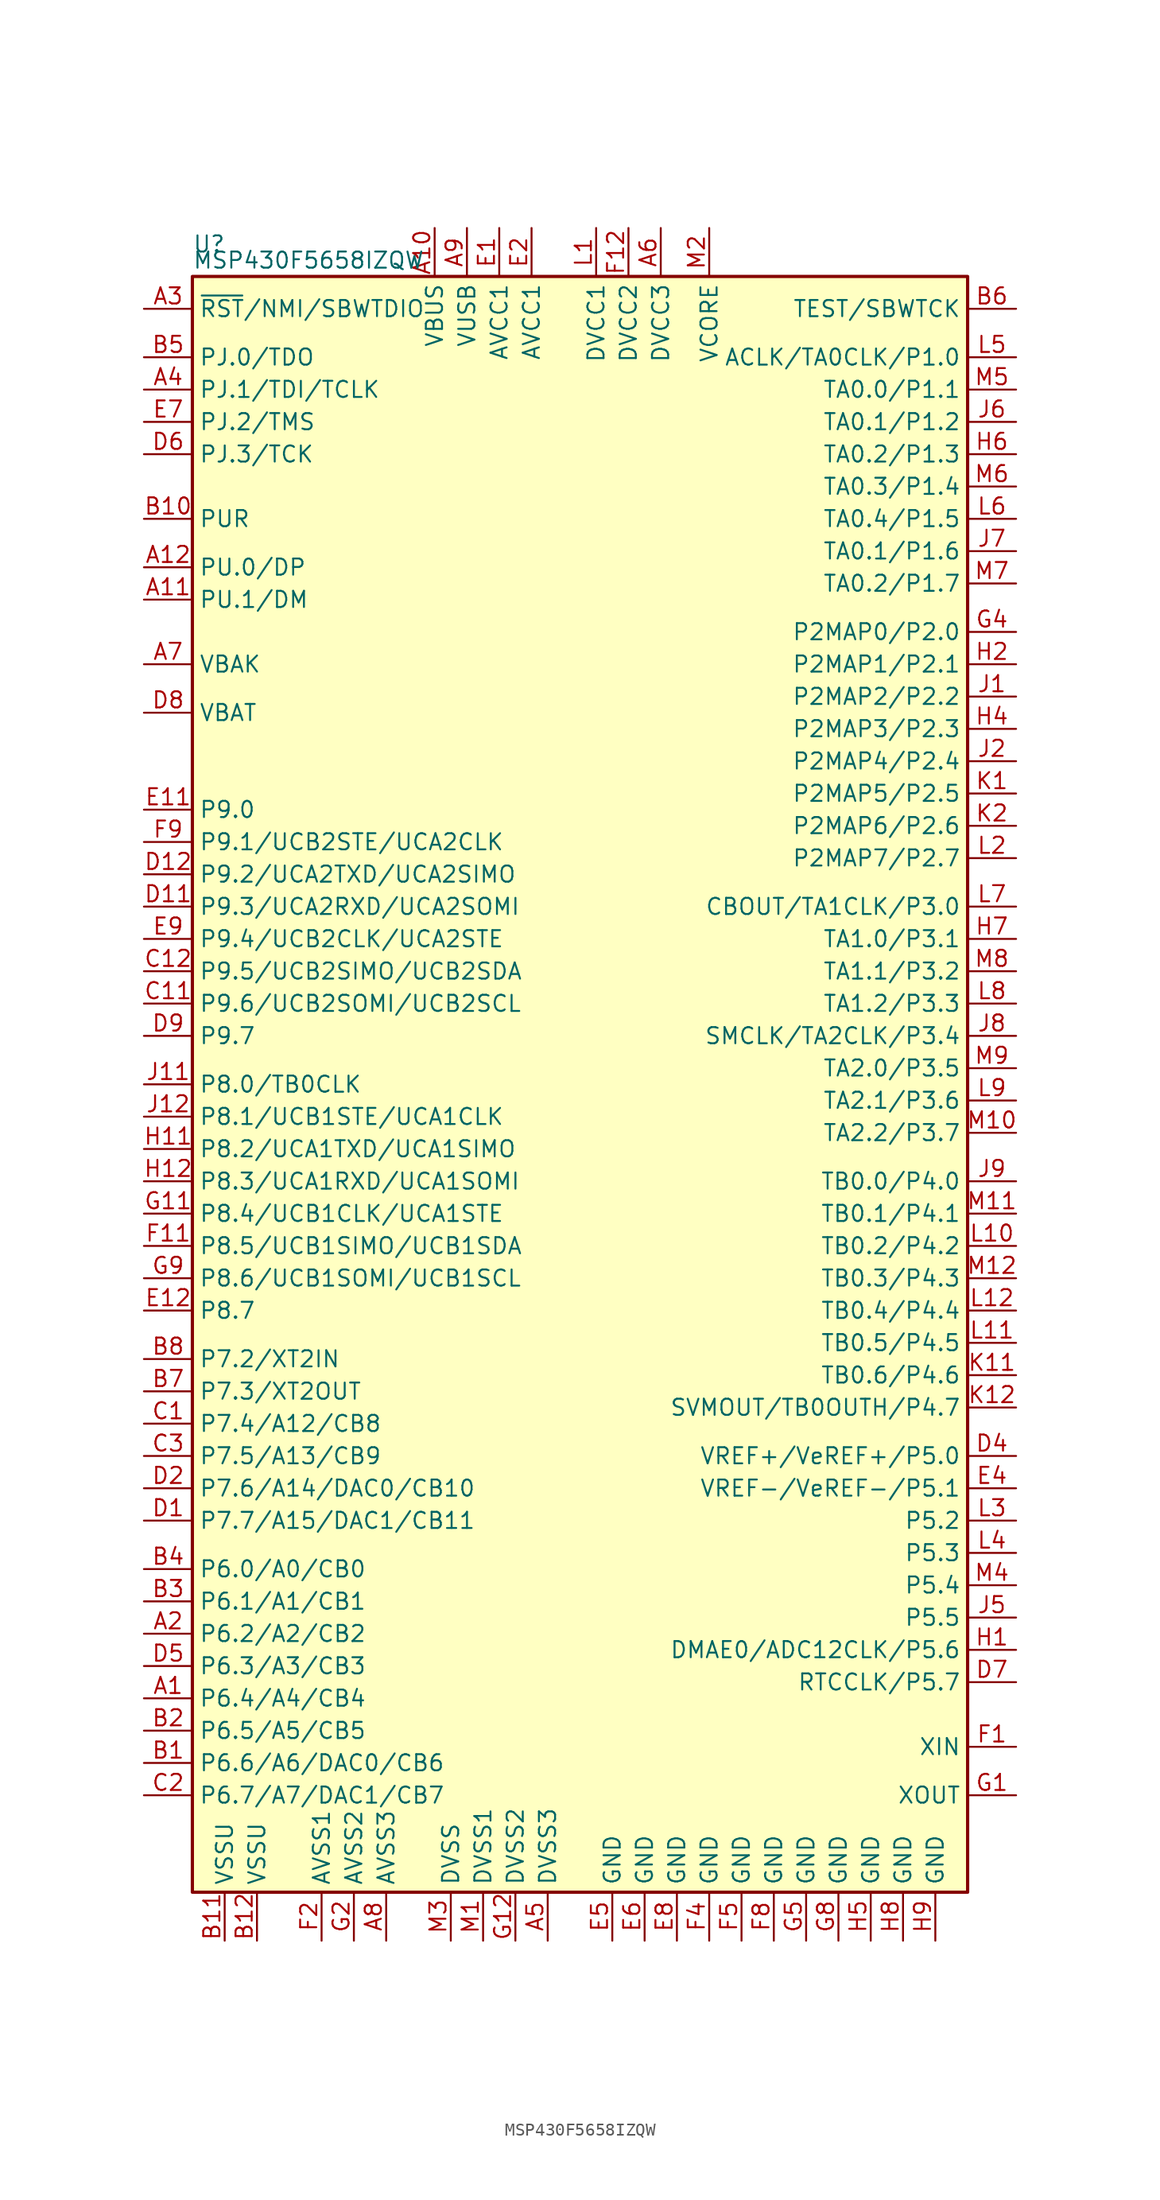
<source format=kicad_sym>
(kicad_symbol_lib
  (version 20211014)
  (generator kicad_symbol_editor)
  (symbol "MSP430F5658IZQW"
    (property "Reference" "U"
      (at -30.48 66.04 0)
      (effects (font (size 1.27 1.27)) (justify left)))
    (property "Value" "MSP430F5658IZQW"
      (at -30.48 64.77 0)
      (effects (font (size 1.27 1.27)) (justify left)))
    (symbol "MSP430F5658IZQW_0_1"
      (rectangle (start -30.48 63.5) (end 30.48 -63.5) (stroke (width 0.254) (type default) (color 0 0 0 0)) (fill (type background))))
    (symbol "MSP430F5658IZQW_1_1"
      (pin bidirectional line (at -34.29 -48.26 0) (length 3.81) (name "P6.4/A4/CB4" (effects (font (size 1.27 1.27)))) (number "A1" (effects (font (size 1.27 1.27)))))
      (pin passive line (at -11.43 67.31 270) (length 3.81) (name "VBUS" (effects (font (size 1.27 1.27)))) (number "A10" (effects (font (size 1.27 1.27)))))
      (pin bidirectional line (at -34.29 38.1 0) (length 3.81) (name "PU.1/DM" (effects (font (size 1.27 1.27)))) (number "A11" (effects (font (size 1.27 1.27)))))
      (pin bidirectional line (at -34.29 40.64 0) (length 3.81) (name "PU.0/DP" (effects (font (size 1.27 1.27)))) (number "A12" (effects (font (size 1.27 1.27)))))
      (pin bidirectional line (at -34.29 -43.18 0) (length 3.81) (name "P6.2/A2/CB2" (effects (font (size 1.27 1.27)))) (number "A2" (effects (font (size 1.27 1.27)))))
      (pin input line (at -34.29 60.96 0) (length 3.81) (name "~{RST}/NMI/SBWTDIO" (effects (font (size 1.27 1.27)))) (number "A3" (effects (font (size 1.27 1.27)))))
      (pin bidirectional line (at -34.29 54.61 0) (length 3.81) (name "PJ.1/TDI/TCLK" (effects (font (size 1.27 1.27)))) (number "A4" (effects (font (size 1.27 1.27)))))
      (pin power_in line (at -2.54 -67.31 90) (length 3.81) (name "DVSS3" (effects (font (size 1.27 1.27)))) (number "A5" (effects (font (size 1.27 1.27)))))
      (pin power_in line (at 6.35 67.31 270) (length 3.81) (name "DVCC3" (effects (font (size 1.27 1.27)))) (number "A6" (effects (font (size 1.27 1.27)))))
      (pin passive line (at -34.29 33.02 0) (length 3.81) (name "VBAK" (effects (font (size 1.27 1.27)))) (number "A7" (effects (font (size 1.27 1.27)))))
      (pin power_in line (at -15.24 -67.31 90) (length 3.81) (name "AVSS3" (effects (font (size 1.27 1.27)))) (number "A8" (effects (font (size 1.27 1.27)))))
      (pin passive line (at -8.89 67.31 270) (length 3.81) (name "VUSB" (effects (font (size 1.27 1.27)))) (number "A9" (effects (font (size 1.27 1.27)))))
      (pin bidirectional line (at -34.29 -53.34 0) (length 3.81) (name "P6.6/A6/DAC0/CB6" (effects (font (size 1.27 1.27)))) (number "B1" (effects (font (size 1.27 1.27)))))
      (pin bidirectional line (at -34.29 44.45 0) (length 3.81) (name "PUR" (effects (font (size 1.27 1.27)))) (number "B10" (effects (font (size 1.27 1.27)))))
      (pin power_in line (at -27.94 -67.31 90) (length 3.81) (name "VSSU" (effects (font (size 1.27 1.27)))) (number "B11" (effects (font (size 1.27 1.27)))))
      (pin power_in line (at -25.4 -67.31 90) (length 3.81) (name "VSSU" (effects (font (size 1.27 1.27)))) (number "B12" (effects (font (size 1.27 1.27)))))
      (pin bidirectional line (at -34.29 -50.8 0) (length 3.81) (name "P6.5/A5/CB5" (effects (font (size 1.27 1.27)))) (number "B2" (effects (font (size 1.27 1.27)))))
      (pin bidirectional line (at -34.29 -40.64 0) (length 3.81) (name "P6.1/A1/CB1" (effects (font (size 1.27 1.27)))) (number "B3" (effects (font (size 1.27 1.27)))))
      (pin bidirectional line (at -34.29 -38.1 0) (length 3.81) (name "P6.0/A0/CB0" (effects (font (size 1.27 1.27)))) (number "B4" (effects (font (size 1.27 1.27)))))
      (pin bidirectional line (at -34.29 57.15 0) (length 3.81) (name "PJ.0/TDO" (effects (font (size 1.27 1.27)))) (number "B5" (effects (font (size 1.27 1.27)))))
      (pin input line (at 34.29 60.96 180) (length 3.81) (name "TEST/SBWTCK" (effects (font (size 1.27 1.27)))) (number "B6" (effects (font (size 1.27 1.27)))))
      (pin bidirectional line (at -34.29 -24.13 0) (length 3.81) (name "P7.3/XT2OUT" (effects (font (size 1.27 1.27)))) (number "B7" (effects (font (size 1.27 1.27)))))
      (pin bidirectional line (at -34.29 -21.59 0) (length 3.81) (name "P7.2/XT2IN" (effects (font (size 1.27 1.27)))) (number "B8" (effects (font (size 1.27 1.27)))))
      (pin bidirectional line (at -34.29 -26.67 0) (length 3.81) (name "P7.4/A12/CB8" (effects (font (size 1.27 1.27)))) (number "C1" (effects (font (size 1.27 1.27)))))
      (pin bidirectional line (at -34.29 6.35 0) (length 3.81) (name "P9.6/UCB2SOMI/UCB2SCL" (effects (font (size 1.27 1.27)))) (number "C11" (effects (font (size 1.27 1.27)))))
      (pin bidirectional line (at -34.29 8.89 0) (length 3.81) (name "P9.5/UCB2SIMO/UCB2SDA" (effects (font (size 1.27 1.27)))) (number "C12" (effects (font (size 1.27 1.27)))))
      (pin bidirectional line (at -34.29 -55.88 0) (length 3.81) (name "P6.7/A7/DAC1/CB7" (effects (font (size 1.27 1.27)))) (number "C2" (effects (font (size 1.27 1.27)))))
      (pin bidirectional line (at -34.29 -29.21 0) (length 3.81) (name "P7.5/A13/CB9" (effects (font (size 1.27 1.27)))) (number "C3" (effects (font (size 1.27 1.27)))))
      (pin bidirectional line (at -34.29 -34.29 0) (length 3.81) (name "P7.7/A15/DAC1/CB11" (effects (font (size 1.27 1.27)))) (number "D1" (effects (font (size 1.27 1.27)))))
      (pin bidirectional line (at -34.29 13.97 0) (length 3.81) (name "P9.3/UCA2RXD/UCA2SOMI" (effects (font (size 1.27 1.27)))) (number "D11" (effects (font (size 1.27 1.27)))))
      (pin bidirectional line (at -34.29 16.51 0) (length 3.81) (name "P9.2/UCA2TXD/UCA2SIMO" (effects (font (size 1.27 1.27)))) (number "D12" (effects (font (size 1.27 1.27)))))
      (pin bidirectional line (at -34.29 -31.75 0) (length 3.81) (name "P7.6/A14/DAC0/CB10" (effects (font (size 1.27 1.27)))) (number "D2" (effects (font (size 1.27 1.27)))))
      (pin bidirectional line (at 34.29 -29.21 180) (length 3.81) (name "VREF+/VeREF+/P5.0" (effects (font (size 1.27 1.27)))) (number "D4" (effects (font (size 1.27 1.27)))))
      (pin bidirectional line (at -34.29 -45.72 0) (length 3.81) (name "P6.3/A3/CB3" (effects (font (size 1.27 1.27)))) (number "D5" (effects (font (size 1.27 1.27)))))
      (pin bidirectional line (at -34.29 49.53 0) (length 3.81) (name "PJ.3/TCK" (effects (font (size 1.27 1.27)))) (number "D6" (effects (font (size 1.27 1.27)))))
      (pin bidirectional line (at 34.29 -46.99 180) (length 3.81) (name "RTCCLK/P5.7" (effects (font (size 1.27 1.27)))) (number "D7" (effects (font (size 1.27 1.27)))))
      (pin passive line (at -34.29 29.21 0) (length 3.81) (name "VBAT" (effects (font (size 1.27 1.27)))) (number "D8" (effects (font (size 1.27 1.27)))))
      (pin bidirectional line (at -34.29 3.81 0) (length 3.81) (name "P9.7" (effects (font (size 1.27 1.27)))) (number "D9" (effects (font (size 1.27 1.27)))))
      (pin power_in line (at -6.35 67.31 270) (length 3.81) (name "AVCC1" (effects (font (size 1.27 1.27)))) (number "E1" (effects (font (size 1.27 1.27)))))
      (pin bidirectional line (at -34.29 21.59 0) (length 3.81) (name "P9.0" (effects (font (size 1.27 1.27)))) (number "E11" (effects (font (size 1.27 1.27)))))
      (pin bidirectional line (at -34.29 -17.78 0) (length 3.81) (name "P8.7" (effects (font (size 1.27 1.27)))) (number "E12" (effects (font (size 1.27 1.27)))))
      (pin power_in line (at -3.81 67.31 270) (length 3.81) (name "AVCC1" (effects (font (size 1.27 1.27)))) (number "E2" (effects (font (size 1.27 1.27)))))
      (pin bidirectional line (at 34.29 -31.75 180) (length 3.81) (name "VREF-/VeREF-/P5.1" (effects (font (size 1.27 1.27)))) (number "E4" (effects (font (size 1.27 1.27)))))
      (pin power_in line (at 2.54 -67.31 90) (length 3.81) (name "GND" (effects (font (size 1.27 1.27)))) (number "E5" (effects (font (size 1.27 1.27)))))
      (pin power_in line (at 5.08 -67.31 90) (length 3.81) (name "GND" (effects (font (size 1.27 1.27)))) (number "E6" (effects (font (size 1.27 1.27)))))
      (pin bidirectional line (at -34.29 52.07 0) (length 3.81) (name "PJ.2/TMS" (effects (font (size 1.27 1.27)))) (number "E7" (effects (font (size 1.27 1.27)))))
      (pin power_in line (at 7.62 -67.31 90) (length 3.81) (name "GND" (effects (font (size 1.27 1.27)))) (number "E8" (effects (font (size 1.27 1.27)))))
      (pin bidirectional line (at -34.29 11.43 0) (length 3.81) (name "P9.4/UCB2CLK/UCA2STE" (effects (font (size 1.27 1.27)))) (number "E9" (effects (font (size 1.27 1.27)))))
      (pin input line (at 34.29 -52.07 180) (length 3.81) (name "XIN" (effects (font (size 1.27 1.27)))) (number "F1" (effects (font (size 1.27 1.27)))))
      (pin bidirectional line (at -34.29 -12.7 0) (length 3.81) (name "P8.5/UCB1SIMO/UCB1SDA" (effects (font (size 1.27 1.27)))) (number "F11" (effects (font (size 1.27 1.27)))))
      (pin power_in line (at 3.81 67.31 270) (length 3.81) (name "DVCC2" (effects (font (size 1.27 1.27)))) (number "F12" (effects (font (size 1.27 1.27)))))
      (pin power_in line (at -20.32 -67.31 90) (length 3.81) (name "AVSS1" (effects (font (size 1.27 1.27)))) (number "F2" (effects (font (size 1.27 1.27)))))
      (pin power_in line (at 10.16 -67.31 90) (length 3.81) (name "GND" (effects (font (size 1.27 1.27)))) (number "F4" (effects (font (size 1.27 1.27)))))
      (pin power_in line (at 12.7 -67.31 90) (length 3.81) (name "GND" (effects (font (size 1.27 1.27)))) (number "F5" (effects (font (size 1.27 1.27)))))
      (pin power_in line (at 15.24 -67.31 90) (length 3.81) (name "GND" (effects (font (size 1.27 1.27)))) (number "F8" (effects (font (size 1.27 1.27)))))
      (pin bidirectional line (at -34.29 19.05 0) (length 3.81) (name "P9.1/UCB2STE/UCA2CLK" (effects (font (size 1.27 1.27)))) (number "F9" (effects (font (size 1.27 1.27)))))
      (pin output line (at 34.29 -55.88 180) (length 3.81) (name "XOUT" (effects (font (size 1.27 1.27)))) (number "G1" (effects (font (size 1.27 1.27)))))
      (pin bidirectional line (at -34.29 -10.16 0) (length 3.81) (name "P8.4/UCB1CLK/UCA1STE" (effects (font (size 1.27 1.27)))) (number "G11" (effects (font (size 1.27 1.27)))))
      (pin power_in line (at -5.08 -67.31 90) (length 3.81) (name "DVSS2" (effects (font (size 1.27 1.27)))) (number "G12" (effects (font (size 1.27 1.27)))))
      (pin power_in line (at -17.78 -67.31 90) (length 3.81) (name "AVSS2" (effects (font (size 1.27 1.27)))) (number "G2" (effects (font (size 1.27 1.27)))))
      (pin bidirectional line (at 34.29 35.56 180) (length 3.81) (name "P2MAP0/P2.0" (effects (font (size 1.27 1.27)))) (number "G4" (effects (font (size 1.27 1.27)))))
      (pin power_in line (at 17.78 -67.31 90) (length 3.81) (name "GND" (effects (font (size 1.27 1.27)))) (number "G5" (effects (font (size 1.27 1.27)))))
      (pin power_in line (at 20.32 -67.31 90) (length 3.81) (name "GND" (effects (font (size 1.27 1.27)))) (number "G8" (effects (font (size 1.27 1.27)))))
      (pin bidirectional line (at -34.29 -15.24 0) (length 3.81) (name "P8.6/UCB1SOMI/UCB1SCL" (effects (font (size 1.27 1.27)))) (number "G9" (effects (font (size 1.27 1.27)))))
      (pin bidirectional line (at 34.29 -44.45 180) (length 3.81) (name "DMAE0/ADC12CLK/P5.6" (effects (font (size 1.27 1.27)))) (number "H1" (effects (font (size 1.27 1.27)))))
      (pin bidirectional line (at -34.29 -5.08 0) (length 3.81) (name "P8.2/UCA1TXD/UCA1SIMO" (effects (font (size 1.27 1.27)))) (number "H11" (effects (font (size 1.27 1.27)))))
      (pin bidirectional line (at -34.29 -7.62 0) (length 3.81) (name "P8.3/UCA1RXD/UCA1SOMI" (effects (font (size 1.27 1.27)))) (number "H12" (effects (font (size 1.27 1.27)))))
      (pin bidirectional line (at 34.29 33.02 180) (length 3.81) (name "P2MAP1/P2.1" (effects (font (size 1.27 1.27)))) (number "H2" (effects (font (size 1.27 1.27)))))
      (pin bidirectional line (at 34.29 27.94 180) (length 3.81) (name "P2MAP3/P2.3" (effects (font (size 1.27 1.27)))) (number "H4" (effects (font (size 1.27 1.27)))))
      (pin power_in line (at 22.86 -67.31 90) (length 3.81) (name "GND" (effects (font (size 1.27 1.27)))) (number "H5" (effects (font (size 1.27 1.27)))))
      (pin bidirectional line (at 34.29 49.53 180) (length 3.81) (name "TA0.2/P1.3" (effects (font (size 1.27 1.27)))) (number "H6" (effects (font (size 1.27 1.27)))))
      (pin bidirectional line (at 34.29 11.43 180) (length 3.81) (name "TA1.0/P3.1" (effects (font (size 1.27 1.27)))) (number "H7" (effects (font (size 1.27 1.27)))))
      (pin power_in line (at 25.4 -67.31 90) (length 3.81) (name "GND" (effects (font (size 1.27 1.27)))) (number "H8" (effects (font (size 1.27 1.27)))))
      (pin power_in line (at 27.94 -67.31 90) (length 3.81) (name "GND" (effects (font (size 1.27 1.27)))) (number "H9" (effects (font (size 1.27 1.27)))))
      (pin bidirectional line (at 34.29 30.48 180) (length 3.81) (name "P2MAP2/P2.2" (effects (font (size 1.27 1.27)))) (number "J1" (effects (font (size 1.27 1.27)))))
      (pin bidirectional line (at -34.29 0 0) (length 3.81) (name "P8.0/TB0CLK" (effects (font (size 1.27 1.27)))) (number "J11" (effects (font (size 1.27 1.27)))))
      (pin bidirectional line (at -34.29 -2.54 0) (length 3.81) (name "P8.1/UCB1STE/UCA1CLK" (effects (font (size 1.27 1.27)))) (number "J12" (effects (font (size 1.27 1.27)))))
      (pin bidirectional line (at 34.29 25.4 180) (length 3.81) (name "P2MAP4/P2.4" (effects (font (size 1.27 1.27)))) (number "J2" (effects (font (size 1.27 1.27)))))
      (pin bidirectional line (at 34.29 -41.91 180) (length 3.81) (name "P5.5" (effects (font (size 1.27 1.27)))) (number "J5" (effects (font (size 1.27 1.27)))))
      (pin bidirectional line (at 34.29 52.07 180) (length 3.81) (name "TA0.1/P1.2" (effects (font (size 1.27 1.27)))) (number "J6" (effects (font (size 1.27 1.27)))))
      (pin bidirectional line (at 34.29 41.91 180) (length 3.81) (name "TA0.1/P1.6" (effects (font (size 1.27 1.27)))) (number "J7" (effects (font (size 1.27 1.27)))))
      (pin bidirectional line (at 34.29 3.81 180) (length 3.81) (name "SMCLK/TA2CLK/P3.4" (effects (font (size 1.27 1.27)))) (number "J8" (effects (font (size 1.27 1.27)))))
      (pin bidirectional line (at 34.29 -7.62 180) (length 3.81) (name "TB0.0/P4.0" (effects (font (size 1.27 1.27)))) (number "J9" (effects (font (size 1.27 1.27)))))
      (pin bidirectional line (at 34.29 22.86 180) (length 3.81) (name "P2MAP5/P2.5" (effects (font (size 1.27 1.27)))) (number "K1" (effects (font (size 1.27 1.27)))))
      (pin bidirectional line (at 34.29 -22.86 180) (length 3.81) (name "TB0.6/P4.6" (effects (font (size 1.27 1.27)))) (number "K11" (effects (font (size 1.27 1.27)))))
      (pin bidirectional line (at 34.29 -25.4 180) (length 3.81) (name "SVMOUT/TB0OUTH/P4.7" (effects (font (size 1.27 1.27)))) (number "K12" (effects (font (size 1.27 1.27)))))
      (pin bidirectional line (at 34.29 20.32 180) (length 3.81) (name "P2MAP6/P2.6" (effects (font (size 1.27 1.27)))) (number "K2" (effects (font (size 1.27 1.27)))))
      (pin power_in line (at 1.27 67.31 270) (length 3.81) (name "DVCC1" (effects (font (size 1.27 1.27)))) (number "L1" (effects (font (size 1.27 1.27)))))
      (pin bidirectional line (at 34.29 -12.7 180) (length 3.81) (name "TB0.2/P4.2" (effects (font (size 1.27 1.27)))) (number "L10" (effects (font (size 1.27 1.27)))))
      (pin bidirectional line (at 34.29 -20.32 180) (length 3.81) (name "TB0.5/P4.5" (effects (font (size 1.27 1.27)))) (number "L11" (effects (font (size 1.27 1.27)))))
      (pin bidirectional line (at 34.29 -17.78 180) (length 3.81) (name "TB0.4/P4.4" (effects (font (size 1.27 1.27)))) (number "L12" (effects (font (size 1.27 1.27)))))
      (pin bidirectional line (at 34.29 17.78 180) (length 3.81) (name "P2MAP7/P2.7" (effects (font (size 1.27 1.27)))) (number "L2" (effects (font (size 1.27 1.27)))))
      (pin bidirectional line (at 34.29 -34.29 180) (length 3.81) (name "P5.2" (effects (font (size 1.27 1.27)))) (number "L3" (effects (font (size 1.27 1.27)))))
      (pin bidirectional line (at 34.29 -36.83 180) (length 3.81) (name "P5.3" (effects (font (size 1.27 1.27)))) (number "L4" (effects (font (size 1.27 1.27)))))
      (pin bidirectional line (at 34.29 57.15 180) (length 3.81) (name "ACLK/TA0CLK/P1.0" (effects (font (size 1.27 1.27)))) (number "L5" (effects (font (size 1.27 1.27)))))
      (pin bidirectional line (at 34.29 44.45 180) (length 3.81) (name "TA0.4/P1.5" (effects (font (size 1.27 1.27)))) (number "L6" (effects (font (size 1.27 1.27)))))
      (pin bidirectional line (at 34.29 13.97 180) (length 3.81) (name "CBOUT/TA1CLK/P3.0" (effects (font (size 1.27 1.27)))) (number "L7" (effects (font (size 1.27 1.27)))))
      (pin bidirectional line (at 34.29 6.35 180) (length 3.81) (name "TA1.2/P3.3" (effects (font (size 1.27 1.27)))) (number "L8" (effects (font (size 1.27 1.27)))))
      (pin bidirectional line (at 34.29 -1.27 180) (length 3.81) (name "TA2.1/P3.6" (effects (font (size 1.27 1.27)))) (number "L9" (effects (font (size 1.27 1.27)))))
      (pin power_in line (at -7.62 -67.31 90) (length 3.81) (name "DVSS1" (effects (font (size 1.27 1.27)))) (number "M1" (effects (font (size 1.27 1.27)))))
      (pin bidirectional line (at 34.29 -3.81 180) (length 3.81) (name "TA2.2/P3.7" (effects (font (size 1.27 1.27)))) (number "M10" (effects (font (size 1.27 1.27)))))
      (pin bidirectional line (at 34.29 -10.16 180) (length 3.81) (name "TB0.1/P4.1" (effects (font (size 1.27 1.27)))) (number "M11" (effects (font (size 1.27 1.27)))))
      (pin bidirectional line (at 34.29 -15.24 180) (length 3.81) (name "TB0.3/P4.3" (effects (font (size 1.27 1.27)))) (number "M12" (effects (font (size 1.27 1.27)))))
      (pin power_in line (at 10.16 67.31 270) (length 3.81) (name "VCORE" (effects (font (size 1.27 1.27)))) (number "M2" (effects (font (size 1.27 1.27)))))
      (pin power_in line (at -10.16 -67.31 90) (length 3.81) (name "DVSS" (effects (font (size 1.27 1.27)))) (number "M3" (effects (font (size 1.27 1.27)))))
      (pin bidirectional line (at 34.29 -39.37 180) (length 3.81) (name "P5.4" (effects (font (size 1.27 1.27)))) (number "M4" (effects (font (size 1.27 1.27)))))
      (pin bidirectional line (at 34.29 54.61 180) (length 3.81) (name "TA0.0/P1.1" (effects (font (size 1.27 1.27)))) (number "M5" (effects (font (size 1.27 1.27)))))
      (pin bidirectional line (at 34.29 46.99 180) (length 3.81) (name "TA0.3/P1.4" (effects (font (size 1.27 1.27)))) (number "M6" (effects (font (size 1.27 1.27)))))
      (pin bidirectional line (at 34.29 39.37 180) (length 3.81) (name "TA0.2/P1.7" (effects (font (size 1.27 1.27)))) (number "M7" (effects (font (size 1.27 1.27)))))
      (pin bidirectional line (at 34.29 8.89 180) (length 3.81) (name "TA1.1/P3.2" (effects (font (size 1.27 1.27)))) (number "M8" (effects (font (size 1.27 1.27)))))
      (pin bidirectional line (at 34.29 1.27 180) (length 3.81) (name "TA2.0/P3.5" (effects (font (size 1.27 1.27)))) (number "M9" (effects (font (size 1.27 1.27))))))))
</source>
